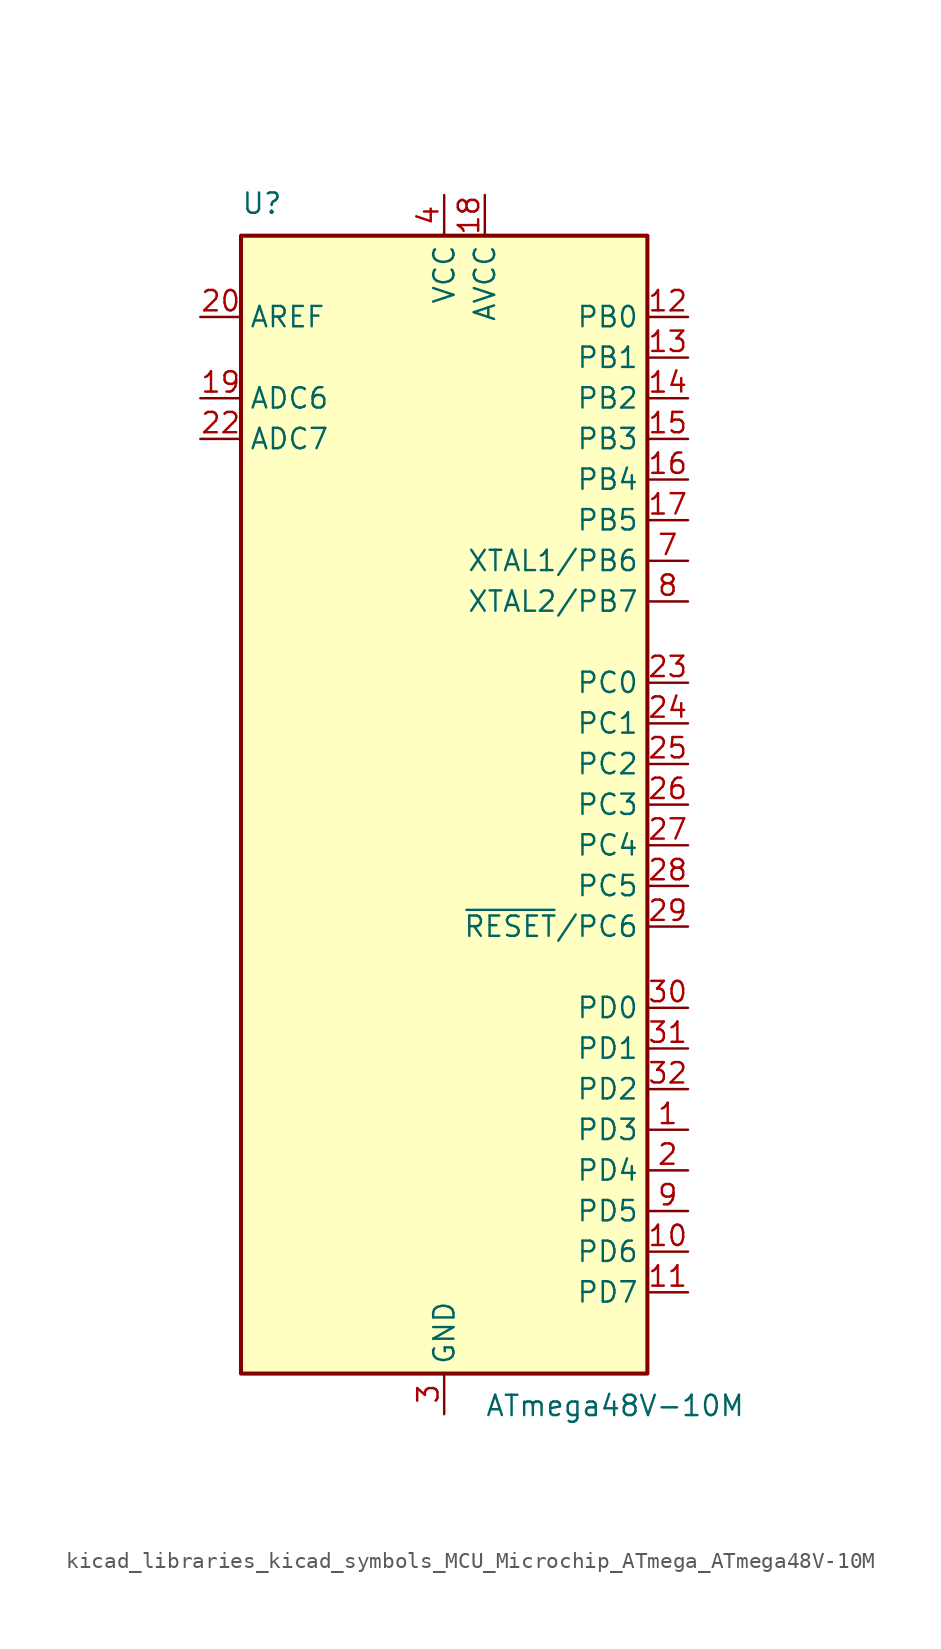
<source format=kicad_sym>
(kicad_symbol_lib
  (version 20220914)
  (generator kicad_symbol_editor)
  (symbol "kicad_libraries_kicad_symbols_MCU_Microchip_ATmega_ATmega48V-10M"
    (property "Reference" "U"
      (at -12.7 36.83 0)
      (effects (font (size 1.27 1.27)) (justify left bottom)))
    (property "Value" "ATmega48V-10M"
      (at 2.54 -36.83 0)
      (effects (font (size 1.27 1.27)) (justify left top)))
    (symbol "kicad_libraries_kicad_symbols_MCU_Microchip_ATmega_ATmega48V-10M_0_1"
      (rectangle (start -12.7 -35.56) (end 12.7 35.56) (stroke (width 0.254) (type default)) (fill (type background))))
    (symbol "kicad_libraries_kicad_symbols_MCU_Microchip_ATmega_ATmega48V-10M_1_1"
      (pin bidirectional line (at 15.24 -20.32 180) (length 2.54) (name "PD3" (effects (font (size 1.27 1.27)))) (number "1" (effects (font (size 1.27 1.27)))))
      (pin bidirectional line (at 15.24 -27.94 180) (length 2.54) (name "PD6" (effects (font (size 1.27 1.27)))) (number "10" (effects (font (size 1.27 1.27)))))
      (pin bidirectional line (at 15.24 -30.48 180) (length 2.54) (name "PD7" (effects (font (size 1.27 1.27)))) (number "11" (effects (font (size 1.27 1.27)))))
      (pin bidirectional line (at 15.24 30.48 180) (length 2.54) (name "PB0" (effects (font (size 1.27 1.27)))) (number "12" (effects (font (size 1.27 1.27)))))
      (pin bidirectional line (at 15.24 27.94 180) (length 2.54) (name "PB1" (effects (font (size 1.27 1.27)))) (number "13" (effects (font (size 1.27 1.27)))))
      (pin bidirectional line (at 15.24 25.4 180) (length 2.54) (name "PB2" (effects (font (size 1.27 1.27)))) (number "14" (effects (font (size 1.27 1.27)))))
      (pin bidirectional line (at 15.24 22.86 180) (length 2.54) (name "PB3" (effects (font (size 1.27 1.27)))) (number "15" (effects (font (size 1.27 1.27)))))
      (pin bidirectional line (at 15.24 20.32 180) (length 2.54) (name "PB4" (effects (font (size 1.27 1.27)))) (number "16" (effects (font (size 1.27 1.27)))))
      (pin bidirectional line (at 15.24 17.78 180) (length 2.54) (name "PB5" (effects (font (size 1.27 1.27)))) (number "17" (effects (font (size 1.27 1.27)))))
      (pin power_in line (at 2.54 38.1 270) (length 2.54) (name "AVCC" (effects (font (size 1.27 1.27)))) (number "18" (effects (font (size 1.27 1.27)))))
      (pin input line (at -15.24 25.4 0) (length 2.54) (name "ADC6" (effects (font (size 1.27 1.27)))) (number "19" (effects (font (size 1.27 1.27)))))
      (pin bidirectional line (at 15.24 -22.86 180) (length 2.54) (name "PD4" (effects (font (size 1.27 1.27)))) (number "2" (effects (font (size 1.27 1.27)))))
      (pin passive line (at -15.24 30.48 0) (length 2.54) (name "AREF" (effects (font (size 1.27 1.27)))) (number "20" (effects (font (size 1.27 1.27)))))
      (pin passive line (at 0 -38.1 90) (length 2.54) hide (name "GND" (effects (font (size 1.27 1.27)))) (number "21" (effects (font (size 1.27 1.27)))))
      (pin input line (at -15.24 22.86 0) (length 2.54) (name "ADC7" (effects (font (size 1.27 1.27)))) (number "22" (effects (font (size 1.27 1.27)))))
      (pin bidirectional line (at 15.24 7.62 180) (length 2.54) (name "PC0" (effects (font (size 1.27 1.27)))) (number "23" (effects (font (size 1.27 1.27)))))
      (pin bidirectional line (at 15.24 5.08 180) (length 2.54) (name "PC1" (effects (font (size 1.27 1.27)))) (number "24" (effects (font (size 1.27 1.27)))))
      (pin bidirectional line (at 15.24 2.54 180) (length 2.54) (name "PC2" (effects (font (size 1.27 1.27)))) (number "25" (effects (font (size 1.27 1.27)))))
      (pin bidirectional line (at 15.24 0 180) (length 2.54) (name "PC3" (effects (font (size 1.27 1.27)))) (number "26" (effects (font (size 1.27 1.27)))))
      (pin bidirectional line (at 15.24 -2.54 180) (length 2.54) (name "PC4" (effects (font (size 1.27 1.27)))) (number "27" (effects (font (size 1.27 1.27)))))
      (pin bidirectional line (at 15.24 -5.08 180) (length 2.54) (name "PC5" (effects (font (size 1.27 1.27)))) (number "28" (effects (font (size 1.27 1.27)))))
      (pin bidirectional line (at 15.24 -7.62 180) (length 2.54) (name "~{RESET}/PC6" (effects (font (size 1.27 1.27)))) (number "29" (effects (font (size 1.27 1.27)))))
      (pin power_in line (at 0 -38.1 90) (length 2.54) (name "GND" (effects (font (size 1.27 1.27)))) (number "3" (effects (font (size 1.27 1.27)))))
      (pin bidirectional line (at 15.24 -12.7 180) (length 2.54) (name "PD0" (effects (font (size 1.27 1.27)))) (number "30" (effects (font (size 1.27 1.27)))))
      (pin bidirectional line (at 15.24 -15.24 180) (length 2.54) (name "PD1" (effects (font (size 1.27 1.27)))) (number "31" (effects (font (size 1.27 1.27)))))
      (pin bidirectional line (at 15.24 -17.78 180) (length 2.54) (name "PD2" (effects (font (size 1.27 1.27)))) (number "32" (effects (font (size 1.27 1.27)))))
      (pin passive line (at 0 -38.1 90) (length 2.54) hide (name "GND" (effects (font (size 1.27 1.27)))) (number "33" (effects (font (size 1.27 1.27)))))
      (pin power_in line (at 0 38.1 270) (length 2.54) (name "VCC" (effects (font (size 1.27 1.27)))) (number "4" (effects (font (size 1.27 1.27)))))
      (pin passive line (at 0 -38.1 90) (length 2.54) hide (name "GND" (effects (font (size 1.27 1.27)))) (number "5" (effects (font (size 1.27 1.27)))))
      (pin passive line (at 0 38.1 270) (length 2.54) hide (name "VCC" (effects (font (size 1.27 1.27)))) (number "6" (effects (font (size 1.27 1.27)))))
      (pin bidirectional line (at 15.24 15.24 180) (length 2.54) (name "XTAL1/PB6" (effects (font (size 1.27 1.27)))) (number "7" (effects (font (size 1.27 1.27)))))
      (pin bidirectional line (at 15.24 12.7 180) (length 2.54) (name "XTAL2/PB7" (effects (font (size 1.27 1.27)))) (number "8" (effects (font (size 1.27 1.27)))))
      (pin bidirectional line (at 15.24 -25.4 180) (length 2.54) (name "PD5" (effects (font (size 1.27 1.27)))) (number "9" (effects (font (size 1.27 1.27))))))))
</source>
